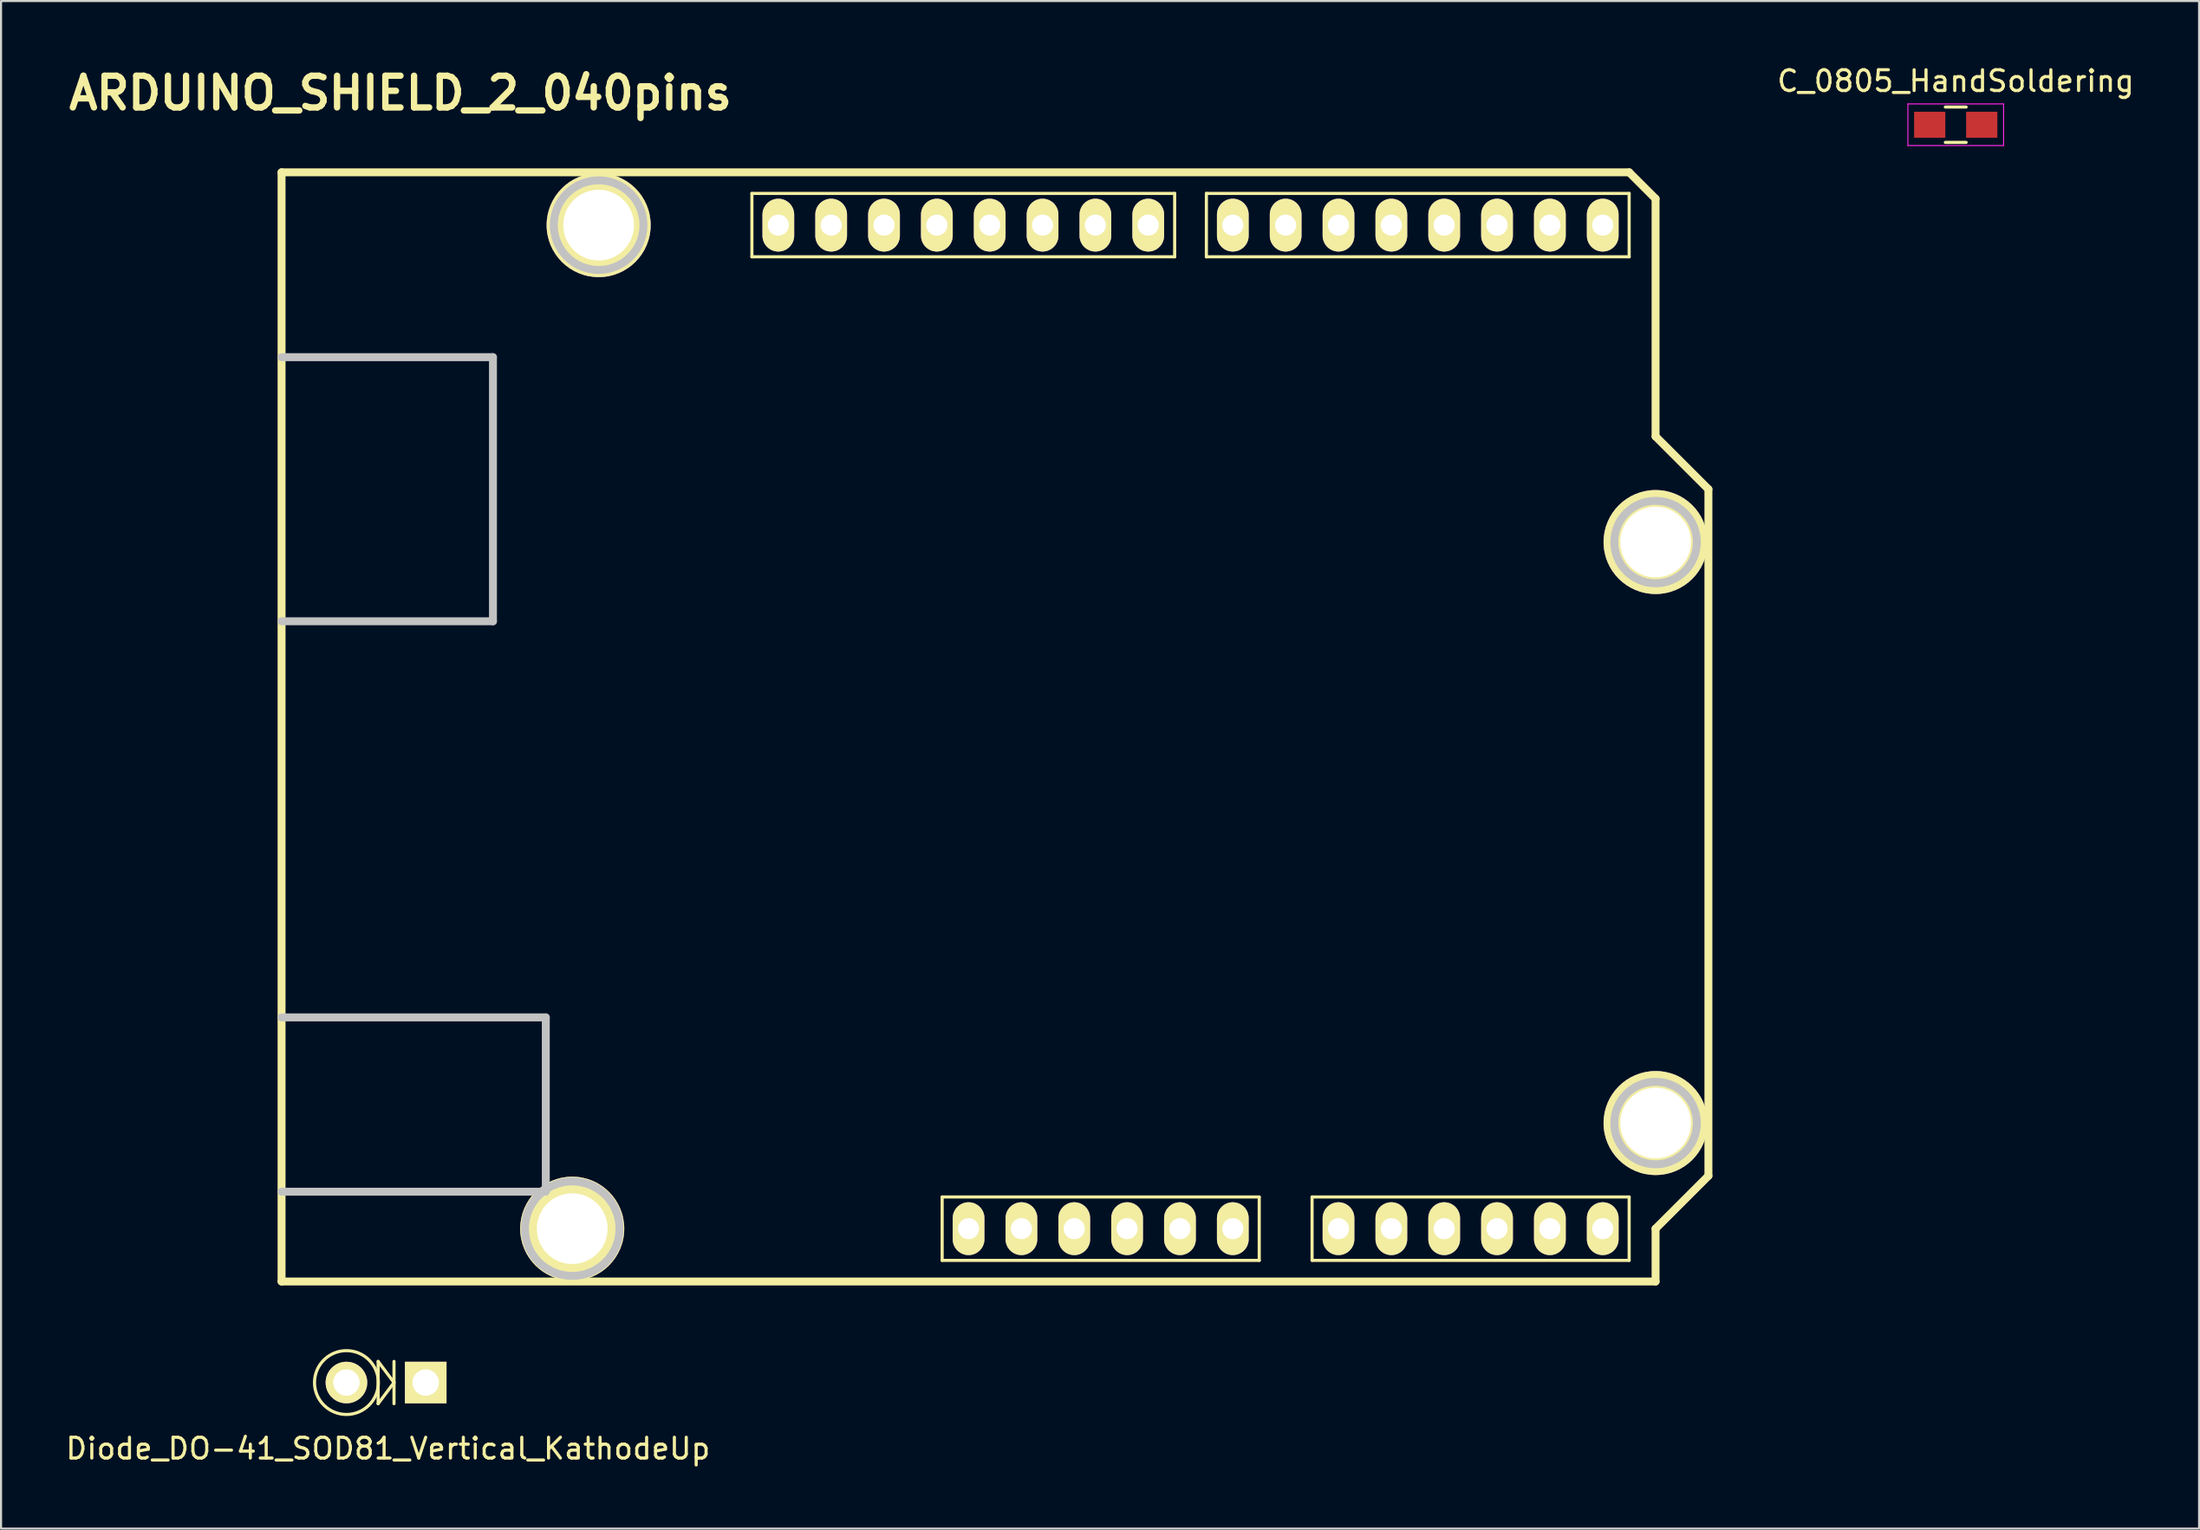
<source format=kicad_pcb>
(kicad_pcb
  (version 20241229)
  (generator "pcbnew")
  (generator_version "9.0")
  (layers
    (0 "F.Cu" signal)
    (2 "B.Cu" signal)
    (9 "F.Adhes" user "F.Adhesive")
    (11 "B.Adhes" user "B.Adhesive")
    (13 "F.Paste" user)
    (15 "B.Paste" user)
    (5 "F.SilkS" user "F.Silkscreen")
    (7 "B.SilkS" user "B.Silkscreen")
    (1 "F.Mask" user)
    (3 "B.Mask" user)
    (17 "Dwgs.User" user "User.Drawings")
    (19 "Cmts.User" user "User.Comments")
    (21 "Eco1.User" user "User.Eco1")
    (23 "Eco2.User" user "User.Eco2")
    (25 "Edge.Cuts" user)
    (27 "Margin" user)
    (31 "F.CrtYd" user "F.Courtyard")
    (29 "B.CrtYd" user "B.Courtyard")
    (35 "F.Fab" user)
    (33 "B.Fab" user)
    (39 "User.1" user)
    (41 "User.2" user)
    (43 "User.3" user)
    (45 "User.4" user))
  (footprint "C_0805_HandSoldering"
    (layer "F.Cu")
    (at 90.95 2.948)
    (property "Reference" "C_0805_HandSoldering" (at 0 -2.1 0) (layer "F.SilkS") (effects (font (size 1 1) (thickness 0.15))))
    (attr smd)
    (fp_line (start -0.5 0.85) (end 0.5 0.85) (stroke (width 0.15) (type solid)) (layer "F.SilkS"))
    (fp_line (start 0.5 -0.85) (end -0.5 -0.85) (stroke (width 0.15) (type solid)) (layer "F.SilkS"))
    (fp_line (start -2.3 -1) (end -2.3 1) (stroke (width 0.05) (type solid)) (layer "F.CrtYd"))
    (fp_line (start -2.3 -1) (end 2.3 -1) (stroke (width 0.05) (type solid)) (layer "F.CrtYd"))
    (fp_line (start -2.3 1) (end 2.3 1) (stroke (width 0.05) (type solid)) (layer "F.CrtYd"))
    (fp_line (start 2.3 -1) (end 2.3 1) (stroke (width 0.05) (type solid)) (layer "F.CrtYd"))
    (pad "1" smd rect (at -1.25 0) (size 1.5 1.25) (layers "F.Cu" "F.Mask" "F.Paste"))
    (pad "2" smd rect (at 1.25 0) (size 1.5 1.25) (layers "F.Cu" "F.Mask" "F.Paste")))
  (footprint "ARDUINO_SHIELD_2_040pins"
    (layer "F.Cu")
    (at 10.483 58.576)
    (property "Reference" "ARDUINO_SHIELD_2_040pins" (at 5.715 -57.15 0) (layer "F.SilkS") (effects (font (size 1.524 1.524) (thickness 0.305))))
    (attr through_hole)
    (fp_line (start 0 0) (end 0 -53.34) (stroke (width 0.381) (type solid)) (layer "F.SilkS"))
    (fp_line (start 22.606 -52.324) (end 42.926 -52.324) (stroke (width 0.15) (type solid)) (layer "F.SilkS"))
    (fp_line (start 22.606 -49.276) (end 22.606 -52.324) (stroke (width 0.15) (type solid)) (layer "F.SilkS"))
    (fp_line (start 31.75 -4.064) (end 31.75 -1.016) (stroke (width 0.15) (type solid)) (layer "F.SilkS"))
    (fp_line (start 31.75 -1.016) (end 46.99 -1.016) (stroke (width 0.15) (type solid)) (layer "F.SilkS"))
    (fp_line (start 42.926 -52.324) (end 42.926 -49.276) (stroke (width 0.15) (type solid)) (layer "F.SilkS"))
    (fp_line (start 42.926 -49.276) (end 22.606 -49.276) (stroke (width 0.15) (type solid)) (layer "F.SilkS"))
    (fp_line (start 44.45 -52.324) (end 64.77 -52.324) (stroke (width 0.15) (type solid)) (layer "F.SilkS"))
    (fp_line (start 44.45 -49.276) (end 44.45 -52.324) (stroke (width 0.15) (type solid)) (layer "F.SilkS"))
    (fp_line (start 46.99 -4.064) (end 31.75 -4.064) (stroke (width 0.15) (type solid)) (layer "F.SilkS"))
    (fp_line (start 46.99 -1.016) (end 46.99 -4.064) (stroke (width 0.15) (type solid)) (layer "F.SilkS"))
    (fp_line (start 49.53 -4.064) (end 49.53 -1.016) (stroke (width 0.15) (type solid)) (layer "F.SilkS"))
    (fp_line (start 49.53 -1.016) (end 64.77 -1.016) (stroke (width 0.15) (type solid)) (layer "F.SilkS"))
    (fp_line (start 64.77 -53.34) (end 0 -53.34) (stroke (width 0.381) (type solid)) (layer "F.SilkS"))
    (fp_line (start 64.77 -52.324) (end 64.77 -49.276) (stroke (width 0.15) (type solid)) (layer "F.SilkS"))
    (fp_line (start 64.77 -49.276) (end 44.45 -49.276) (stroke (width 0.15) (type solid)) (layer "F.SilkS"))
    (fp_line (start 64.77 -4.064) (end 49.53 -4.064) (stroke (width 0.15) (type solid)) (layer "F.SilkS"))
    (fp_line (start 64.77 -1.016) (end 64.77 -4.064) (stroke (width 0.15) (type solid)) (layer "F.SilkS"))
    (fp_line (start 66.04 -52.07) (end 64.77 -53.34) (stroke (width 0.381) (type solid)) (layer "F.SilkS"))
    (fp_line (start 66.04 -40.64) (end 66.04 -52.07) (stroke (width 0.381) (type solid)) (layer "F.SilkS"))
    (fp_line (start 66.04 -40.64) (end 68.58 -38.1) (stroke (width 0.381) (type solid)) (layer "F.SilkS"))
    (fp_line (start 66.04 -2.54) (end 66.04 0) (stroke (width 0.381) (type solid)) (layer "F.SilkS"))
    (fp_line (start 66.04 0) (end 0 0) (stroke (width 0.381) (type solid)) (layer "F.SilkS"))
    (fp_line (start 68.58 -38.1) (end 68.58 -5.08) (stroke (width 0.381) (type solid)) (layer "F.SilkS"))
    (fp_line (start 68.58 -5.08) (end 66.04 -2.54) (stroke (width 0.381) (type solid)) (layer "F.SilkS"))
    (fp_line (start 0 -44.45) (end 10.16 -44.45) (stroke (width 0.381) (type solid)) (layer "Dwgs.User"))
    (fp_line (start 0 -12.7) (end 12.7 -12.7) (stroke (width 0.381) (type solid)) (layer "Dwgs.User"))
    (fp_line (start 10.16 -44.45) (end 10.16 -31.75) (stroke (width 0.381) (type solid)) (layer "Dwgs.User"))
    (fp_line (start 10.16 -31.75) (end 0 -31.75) (stroke (width 0.381) (type solid)) (layer "Dwgs.User"))
    (fp_line (start 12.7 -12.7) (end 12.7 -4.572) (stroke (width 0.381) (type solid)) (layer "Dwgs.User"))
    (fp_line (start 12.7 -4.318) (end 0 -4.318) (stroke (width 0.381) (type solid)) (layer "Dwgs.User"))
    (fp_circle (center 13.97 -2.54) (end 16.002 -1.524) (stroke (width 0.381) (type solid)) (fill no) (layer "Dwgs.User"))
    (fp_circle (center 15.24 -50.8) (end 16.764 -49.276) (stroke (width 0.381) (type solid)) (fill no) (layer "Dwgs.User"))
    (fp_circle (center 66.04 -35.56) (end 67.31 -34.036) (stroke (width 0.381) (type solid)) (fill no) (layer "Dwgs.User"))
    (fp_circle (center 66.04 -7.62) (end 67.31 -6.096) (stroke (width 0.381) (type solid)) (fill no) (layer "Dwgs.User"))
    (pad "0" thru_hole oval (at 63.5 -50.8 90) (size 2.54 1.524) (drill 1.016) (layers "*.Cu" "*.Mask" "F.SilkS"))
    (pad "1" thru_hole oval (at 60.96 -50.8 90) (size 2.54 1.524) (drill 1.016) (layers "*.Cu" "*.Mask" "F.SilkS"))
    (pad "2" thru_hole oval (at 58.42 -50.8 90) (size 2.54 1.524) (drill 1.016) (layers "*.Cu" "*.Mask" "F.SilkS"))
    (pad "3" thru_hole oval (at 55.88 -50.8 90) (size 2.54 1.524) (drill 1.016) (layers "*.Cu" "*.Mask" "F.SilkS"))
    (pad "3V3" thru_hole oval (at 35.56 -2.54 90) (size 2.54 1.524) (drill 1.016) (layers "*.Cu" "*.Mask" "F.SilkS"))
    (pad "4" thru_hole oval (at 53.34 -50.8 90) (size 2.54 1.524) (drill 1.016) (layers "*.Cu" "*.Mask" "F.SilkS"))
    (pad "5" thru_hole oval (at 50.8 -50.8 90) (size 2.54 1.524) (drill 1.016) (layers "*.Cu" "*.Mask" "F.SilkS"))
    (pad "5V" thru_hole oval (at 38.1 -2.54 90) (size 2.54 1.524) (drill 1.016) (layers "*.Cu" "*.Mask" "F.SilkS"))
    (pad "6" thru_hole oval (at 48.26 -50.8 90) (size 2.54 1.524) (drill 1.016) (layers "*.Cu" "*.Mask" "F.SilkS"))
    (pad "7" thru_hole oval (at 45.72 -50.8 90) (size 2.54 1.524) (drill 1.016) (layers "*.Cu" "*.Mask" "F.SilkS"))
    (pad "8" thru_hole oval (at 41.656 -50.8 90) (size 2.54 1.524) (drill 1.016) (layers "*.Cu" "*.Mask" "F.SilkS"))
    (pad "9" thru_hole oval (at 39.116 -50.8 90) (size 2.54 1.524) (drill 1.016) (layers "*.Cu" "*.Mask" "F.SilkS"))
    (pad "10" thru_hole oval (at 36.576 -50.8 90) (size 2.54 1.524) (drill 1.016) (layers "*.Cu" "*.Mask" "F.SilkS"))
    (pad "11" thru_hole oval (at 34.036 -50.8 90) (size 2.54 1.524) (drill 1.016) (layers "*.Cu" "*.Mask" "F.SilkS"))
    (pad "12" thru_hole oval (at 31.496 -50.8 90) (size 2.54 1.524) (drill 1.016) (layers "*.Cu" "*.Mask" "F.SilkS"))
    (pad "13" thru_hole oval (at 28.956 -50.8 90) (size 2.54 1.524) (drill 1.016) (layers "*.Cu" "*.Mask" "F.SilkS"))
    (pad "AD0" thru_hole oval (at 50.8 -2.54 90) (size 2.54 1.524) (drill 1.016) (layers "*.Cu" "*.Mask" "F.SilkS"))
    (pad "AD1" thru_hole oval (at 53.34 -2.54 90) (size 2.54 1.524) (drill 1.016) (layers "*.Cu" "*.Mask" "F.SilkS"))
    (pad "AD2" thru_hole oval (at 55.88 -2.54 90) (size 2.54 1.524) (drill 1.016) (layers "*.Cu" "*.Mask" "F.SilkS"))
    (pad "AD3" thru_hole oval (at 58.42 -2.54 90) (size 2.54 1.524) (drill 1.016) (layers "*.Cu" "*.Mask" "F.SilkS"))
    (pad "AD4" thru_hole oval (at 60.96 -2.54 90) (size 2.54 1.524) (drill 1.016) (layers "*.Cu" "*.Mask" "F.SilkS"))
    (pad "AD5" thru_hole oval (at 63.5 -2.54 90) (size 2.54 1.524) (drill 1.016) (layers "*.Cu" "*.Mask" "F.SilkS"))
    (pad "AREF" thru_hole oval (at 23.876 -50.8 90) (size 2.54 1.524) (drill 1.016) (layers "*.Cu" "*.Mask" "F.SilkS"))
    (pad "GND1" thru_hole oval (at 40.64 -2.54 90) (size 2.54 1.524) (drill 1.016) (layers "*.Cu" "*.Mask" "F.SilkS"))
    (pad "GND2" thru_hole oval (at 43.18 -2.54 90) (size 2.54 1.524) (drill 1.016) (layers "*.Cu" "*.Mask" "F.SilkS"))
    (pad "GND3" thru_hole oval (at 26.416 -50.8 90) (size 2.54 1.524) (drill 1.016) (layers "*.Cu" "*.Mask" "F.SilkS"))
    (pad "H1" thru_hole circle (at 15.24 -50.8) (size 5 5) (drill 3.4) (layers "*.Cu" "*.Mask" "F.SilkS"))
    (pad "H2" thru_hole circle (at 66.04 -35.56) (size 5 5) (drill 3.4) (layers "*.Cu" "*.Mask" "F.SilkS"))
    (pad "H3" thru_hole circle (at 66.04 -7.62) (size 5 5) (drill 3.4) (layers "*.Cu" "*.Mask" "F.SilkS"))
    (pad "H4" thru_hole circle (at 13.97 -2.54) (size 5 5) (drill 3.4) (layers "*.Cu" "*.Mask" "F.SilkS"))
    (pad "RST" thru_hole oval (at 33.02 -2.54 90) (size 2.54 1.524) (drill 1.016) (layers "*.Cu" "*.Mask" "F.SilkS"))
    (pad "V_IN" thru_hole oval (at 45.72 -2.54 90) (size 2.54 1.524) (drill 1.016) (layers "*.Cu" "*.Mask" "F.SilkS")))
  (footprint "Diode_DO-41_SOD81_Vertical_KathodeUp"
    (layer "F.Cu")
    (at 15.601 63.436)
    (property "Reference" "Diode_DO-41_SOD81_Vertical_KathodeUp" (at 0 3.175 0) (layer "F.SilkS") (effects (font (size 1 1) (thickness 0.15))))
    (attr through_hole)
    (fp_line (start -0.476 -1.016) (end -0.476 1.016) (stroke (width 0.15) (type solid)) (layer "F.SilkS"))
    (fp_line (start -0.476 -1.016) (end 0.286 0) (stroke (width 0.15) (type solid)) (layer "F.SilkS"))
    (fp_line (start 0.286 -1.016) (end 0.286 1.016) (stroke (width 0.15) (type solid)) (layer "F.SilkS"))
    (fp_line (start 0.286 0) (end -0.476 1.016) (stroke (width 0.15) (type solid)) (layer "F.SilkS"))
    (fp_circle (center -2 0) (end -0.603 0.635) (stroke (width 0.15) (type solid)) (fill no) (layer "F.SilkS"))
    (pad "1" thru_hole circle (at -2 0) (size 1.999 1.999) (drill 1.27) (layers "*.Cu" "*.Mask" "F.SilkS"))
    (pad "2" thru_hole rect (at 1.81 0) (size 1.999 1.999) (drill 1.27) (layers "*.Cu" "*.Mask" "F.SilkS")))
  (gr_rect
    (start -3 -3)
    (end 102.646 70.459)
    (stroke (width 0.1) (type default))
    (fill no)
    (layer "Edge.Cuts")))
</source>
